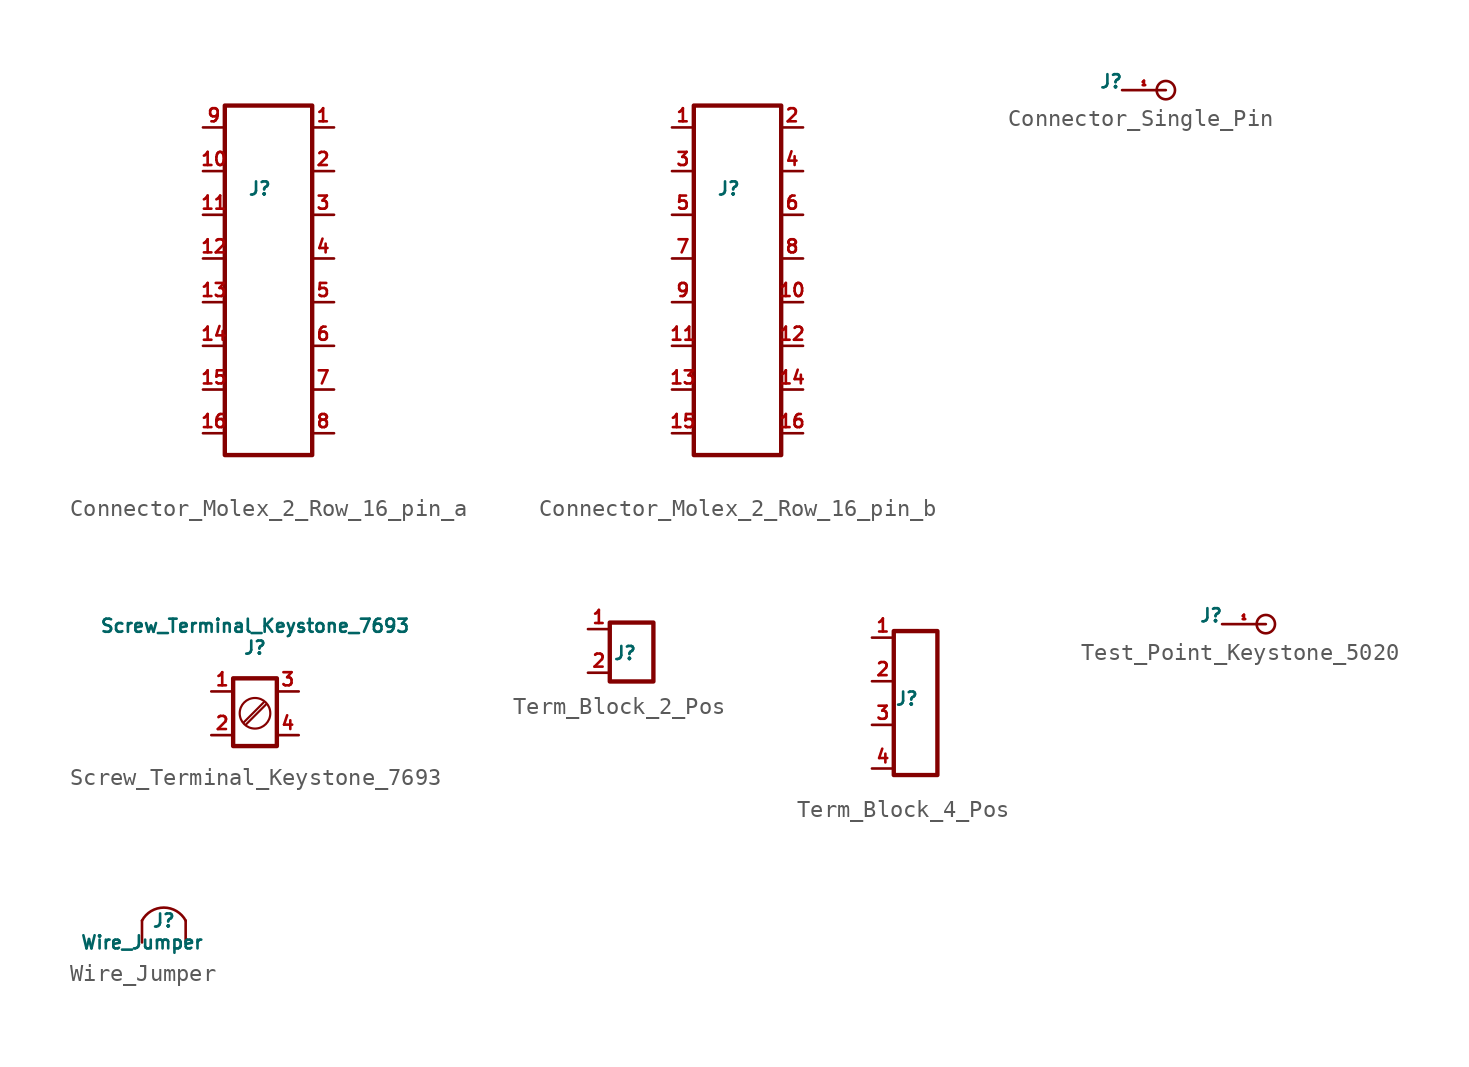
<source format=kicad_sym>
(kicad_symbol_lib
  (version 20210619)
  (generator kicad_symbol_editor)
  (symbol "Bobs_Connector_Library:Connector_Molex_2_Row_16_pin_a"
    (pin_names
      (offset 0) hide)
    (property "Reference" "J"
      (at -0.508 5.334 0)
      (effects (font (size 0.762 0.762))))
    (symbol "Connector_Molex_2_Row_16_pin_a_0_1"
      (rectangle (start -2.54 10.16) (end 2.54 -10.16) (stroke (width 0.254)) (fill (type none))))
    (symbol "Connector_Molex_2_Row_16_pin_a_1_1"
      (pin bidirectional line (at 3.81 8.89 180) (length 1.27) (name "~" (effects (font (size 0.762 0.762)))) (number "1" (effects (font (size 0.762 0.762)))))
      (pin bidirectional line (at -3.81 6.35 0) (length 1.27) (name "~" (effects (font (size 0.762 0.762)))) (number "10" (effects (font (size 0.762 0.762)))))
      (pin bidirectional line (at -3.81 3.81 0) (length 1.27) (name "~" (effects (font (size 0.762 0.762)))) (number "11" (effects (font (size 0.762 0.762)))))
      (pin bidirectional line (at -3.81 1.27 0) (length 1.27) (name "~" (effects (font (size 0.762 0.762)))) (number "12" (effects (font (size 0.762 0.762)))))
      (pin bidirectional line (at -3.81 -1.27 0) (length 1.27) (name "~" (effects (font (size 0.762 0.762)))) (number "13" (effects (font (size 0.762 0.762)))))
      (pin bidirectional line (at -3.81 -3.81 0) (length 1.27) (name "~" (effects (font (size 0.762 0.762)))) (number "14" (effects (font (size 0.762 0.762)))))
      (pin bidirectional line (at -3.81 -6.35 0) (length 1.27) (name "~" (effects (font (size 0.762 0.762)))) (number "15" (effects (font (size 0.762 0.762)))))
      (pin bidirectional line (at -3.81 -8.89 0) (length 1.27) (name "~" (effects (font (size 0.762 0.762)))) (number "16" (effects (font (size 0.762 0.762)))))
      (pin bidirectional line (at 3.81 6.35 180) (length 1.27) (name "~" (effects (font (size 0.762 0.762)))) (number "2" (effects (font (size 0.762 0.762)))))
      (pin bidirectional line (at 3.81 3.81 180) (length 1.27) (name "~" (effects (font (size 0.762 0.762)))) (number "3" (effects (font (size 0.762 0.762)))))
      (pin bidirectional line (at 3.81 1.27 180) (length 1.27) (name "~" (effects (font (size 0.762 0.762)))) (number "4" (effects (font (size 0.762 0.762)))))
      (pin bidirectional line (at 3.81 -1.27 180) (length 1.27) (name "~" (effects (font (size 0.762 0.762)))) (number "5" (effects (font (size 0.762 0.762)))))
      (pin bidirectional line (at 3.81 -3.81 180) (length 1.27) (name "~" (effects (font (size 0.762 0.762)))) (number "6" (effects (font (size 0.762 0.762)))))
      (pin bidirectional line (at 3.81 -6.35 180) (length 1.27) (name "~" (effects (font (size 0.762 0.762)))) (number "7" (effects (font (size 0.762 0.762)))))
      (pin bidirectional line (at 3.81 -8.89 180) (length 1.27) (name "~" (effects (font (size 0.762 0.762)))) (number "8" (effects (font (size 0.762 0.762)))))
      (pin bidirectional line (at -3.81 8.89 0) (length 1.27) (name "~" (effects (font (size 0.762 0.762)))) (number "9" (effects (font (size 0.762 0.762)))))))
  (symbol "Bobs_Connector_Library:Connector_Molex_2_Row_16_pin_b"
    (pin_names
      (offset 0) hide)
    (property "Reference" "J"
      (at -0.508 5.334 0)
      (effects (font (size 0.762 0.762))))
    (symbol "Connector_Molex_2_Row_16_pin_b_0_1"
      (rectangle (start -2.54 10.16) (end 2.54 -10.16) (stroke (width 0.254)) (fill (type none))))
    (symbol "Connector_Molex_2_Row_16_pin_b_1_1"
      (pin bidirectional line (at -3.81 8.89 0) (length 1.27) (name "~" (effects (font (size 0.762 0.762)))) (number "1" (effects (font (size 0.762 0.762)))))
      (pin bidirectional line (at 3.81 -1.27 180) (length 1.27) (name "~" (effects (font (size 0.762 0.762)))) (number "10" (effects (font (size 0.762 0.762)))))
      (pin bidirectional line (at -3.81 -3.81 0) (length 1.27) (name "~" (effects (font (size 0.762 0.762)))) (number "11" (effects (font (size 0.762 0.762)))))
      (pin bidirectional line (at 3.81 -3.81 180) (length 1.27) (name "~" (effects (font (size 0.762 0.762)))) (number "12" (effects (font (size 0.762 0.762)))))
      (pin bidirectional line (at -3.81 -6.35 0) (length 1.27) (name "~" (effects (font (size 0.762 0.762)))) (number "13" (effects (font (size 0.762 0.762)))))
      (pin bidirectional line (at 3.81 -6.35 180) (length 1.27) (name "~" (effects (font (size 0.762 0.762)))) (number "14" (effects (font (size 0.762 0.762)))))
      (pin bidirectional line (at -3.81 -8.89 0) (length 1.27) (name "~" (effects (font (size 0.762 0.762)))) (number "15" (effects (font (size 0.762 0.762)))))
      (pin bidirectional line (at 3.81 -8.89 180) (length 1.27) (name "~" (effects (font (size 0.762 0.762)))) (number "16" (effects (font (size 0.762 0.762)))))
      (pin bidirectional line (at 3.81 8.89 180) (length 1.27) (name "~" (effects (font (size 0.762 0.762)))) (number "2" (effects (font (size 0.762 0.762)))))
      (pin bidirectional line (at -3.81 6.35 0) (length 1.27) (name "~" (effects (font (size 0.762 0.762)))) (number "3" (effects (font (size 0.762 0.762)))))
      (pin bidirectional line (at 3.81 6.35 180) (length 1.27) (name "~" (effects (font (size 0.762 0.762)))) (number "4" (effects (font (size 0.762 0.762)))))
      (pin bidirectional line (at -3.81 3.81 0) (length 1.27) (name "~" (effects (font (size 0.762 0.762)))) (number "5" (effects (font (size 0.762 0.762)))))
      (pin bidirectional line (at 3.81 3.81 180) (length 1.27) (name "~" (effects (font (size 0.762 0.762)))) (number "6" (effects (font (size 0.762 0.762)))))
      (pin bidirectional line (at -3.81 1.27 0) (length 1.27) (name "~" (effects (font (size 0.762 0.762)))) (number "7" (effects (font (size 0.762 0.762)))))
      (pin bidirectional line (at 3.81 1.27 180) (length 1.27) (name "~" (effects (font (size 0.762 0.762)))) (number "8" (effects (font (size 0.762 0.762)))))
      (pin bidirectional line (at -3.81 -1.27 0) (length 1.27) (name "~" (effects (font (size 0.762 0.762)))) (number "9" (effects (font (size 0.762 0.762)))))))
  (symbol "Bobs_Connector_Library:Connector_Single_Pin"
    (property "Reference" "J"
      (at -0.635 0.508 0)
      (effects (font (size 0.762 0.762))))
    (symbol "Connector_Single_Pin_0_1"
      (circle (center 2.54 0) (radius 0.533) (stroke (width 0)) (fill (type none))))
    (symbol "Connector_Single_Pin_1_1"
      (pin bidirectional line (at 0 0 0) (length 2.54) (name "~" (effects (font (size 0.254 0.254)))) (number "1" (effects (font (size 0.254 0.254)))))))
  (symbol "Bobs_Connector_Library:Screw_Terminal_Keystone_7693"
    (property "Reference" "J"
      (at 0 3.81 0)
      (effects (font (size 0.762 0.762))))
    (property "Value" "Screw_Terminal_Keystone_7693"
      (at 0 5.08 0)
      (effects (font (size 0.762 0.762))))
    (symbol "Screw_Terminal_Keystone_7693_0_1"
      (circle (center 0 0) (radius 0.889) (stroke (width 0.127)) (fill (type none)))
      (rectangle (start -1.27 2.032) (end 1.27 -1.905) (stroke (width 0.254)) (fill (type none)))
      (polyline (pts (xy -0.635 -0.508) (xy 0.508 0.635)) (stroke (width 0.127)) (fill (type none)))
      (polyline (pts (xy -0.508 -0.635) (xy 0.635 0.508)) (stroke (width 0.127)) (fill (type none))))
    (symbol "Screw_Terminal_Keystone_7693_1_1"
      (pin bidirectional line (at -2.54 1.27 0) (length 1.27) (name "~" (effects (font (size 0.762 0.762)))) (number "1" (effects (font (size 0.762 0.762)))))
      (pin bidirectional line (at -2.54 -1.27 0) (length 1.27) (name "~" (effects (font (size 0.762 0.762)))) (number "2" (effects (font (size 0.762 0.762)))))
      (pin bidirectional line (at 2.54 1.27 180) (length 1.27) (name "~" (effects (font (size 0.762 0.762)))) (number "3" (effects (font (size 0.762 0.762)))))
      (pin bidirectional line (at 2.54 -1.27 180) (length 1.27) (name "~" (effects (font (size 0.762 0.762)))) (number "4" (effects (font (size 0.762 0.762)))))))
  (symbol "Bobs_Connector_Library:Term_Block_2_Pos"
    (pin_names
      (offset 0) hide)
    (property "Reference" "J"
      (at -0.381 -0.127 0)
      (effects (font (size 0.762 0.762))))
    (symbol "Term_Block_2_Pos_0_1"
      (rectangle (start -1.27 1.651) (end 1.27 -1.778) (stroke (width 0.254)) (fill (type none))))
    (symbol "Term_Block_2_Pos_1_1"
      (pin bidirectional line (at -2.54 1.27 0) (length 1.27) (name "~" (effects (font (size 0.762 0.762)))) (number "1" (effects (font (size 0.762 0.762)))))
      (pin bidirectional line (at -2.54 -1.27 0) (length 1.27) (name "~" (effects (font (size 0.762 0.762)))) (number "2" (effects (font (size 0.762 0.762)))))))
  (symbol "Bobs_Connector_Library:Term_Block_4_Pos"
    (pin_names
      (offset 0) hide)
    (property "Reference" "J"
      (at -0.508 0.254 0)
      (effects (font (size 0.762 0.762))))
    (symbol "Term_Block_4_Pos_0_1"
      (rectangle (start -1.27 4.191) (end 1.27 -4.191) (stroke (width 0.254)) (fill (type none))))
    (symbol "Term_Block_4_Pos_1_1"
      (pin bidirectional line (at -2.54 3.81 0) (length 1.27) (name "~" (effects (font (size 0.762 0.762)))) (number "1" (effects (font (size 0.762 0.762)))))
      (pin bidirectional line (at -2.54 1.27 0) (length 1.27) (name "~" (effects (font (size 0.762 0.762)))) (number "2" (effects (font (size 0.762 0.762)))))
      (pin bidirectional line (at -2.54 -1.27 0) (length 1.27) (name "~" (effects (font (size 0.762 0.762)))) (number "3" (effects (font (size 0.762 0.762)))))
      (pin bidirectional line (at -2.54 -3.81 0) (length 1.27) (name "~" (effects (font (size 0.762 0.762)))) (number "4" (effects (font (size 0.762 0.762)))))))
  (symbol "Bobs_Connector_Library:Test_Point_Keystone_5020"
    (property "Reference" "J"
      (at -0.635 0.508 0)
      (effects (font (size 0.762 0.762))))
    (symbol "Test_Point_Keystone_5020_0_1"
      (circle (center 2.54 0) (radius 0.533) (stroke (width 0)) (fill (type none))))
    (symbol "Test_Point_Keystone_5020_1_1"
      (pin bidirectional line (at 0 0 0) (length 2.54) (name "~" (effects (font (size 0.254 0.254)))) (number "1" (effects (font (size 0.254 0.254)))))))
  (symbol "Bobs_Connector_Library:Wire_Jumper"
    (pin_numbers hide)
    (pin_names hide)
    (property "Reference" "J"
      (at 1.27 1.27 0)
      (effects (font (size 0.762 0.762))))
    (property "Value" "Wire_Jumper"
      (at 0 0 0)
      (effects (font (size 0.762 0.762))))
    (symbol "Wire_Jumper_0_1"
      (arc (start 2.54 1.27) (end 0 1.27) (radius (at 1.27 0.5842) (length 1.4478) (angles 28.4 151.6)) (stroke (width 0)) (fill (type none))))
    (symbol "Wire_Jumper_1_1"
      (pin bidirectional line (at 0 0 90) (length 1.27) (name "~" (effects (font (size 0.254 0.254)))) (number "1" (effects (font (size 0.254 0.254)))))
      (pin bidirectional line (at 2.54 0 90) (length 1.27) (name "~" (effects (font (size 0.254 0.254)))) (number "2" (effects (font (size 0.254 0.254))))))))
</source>
